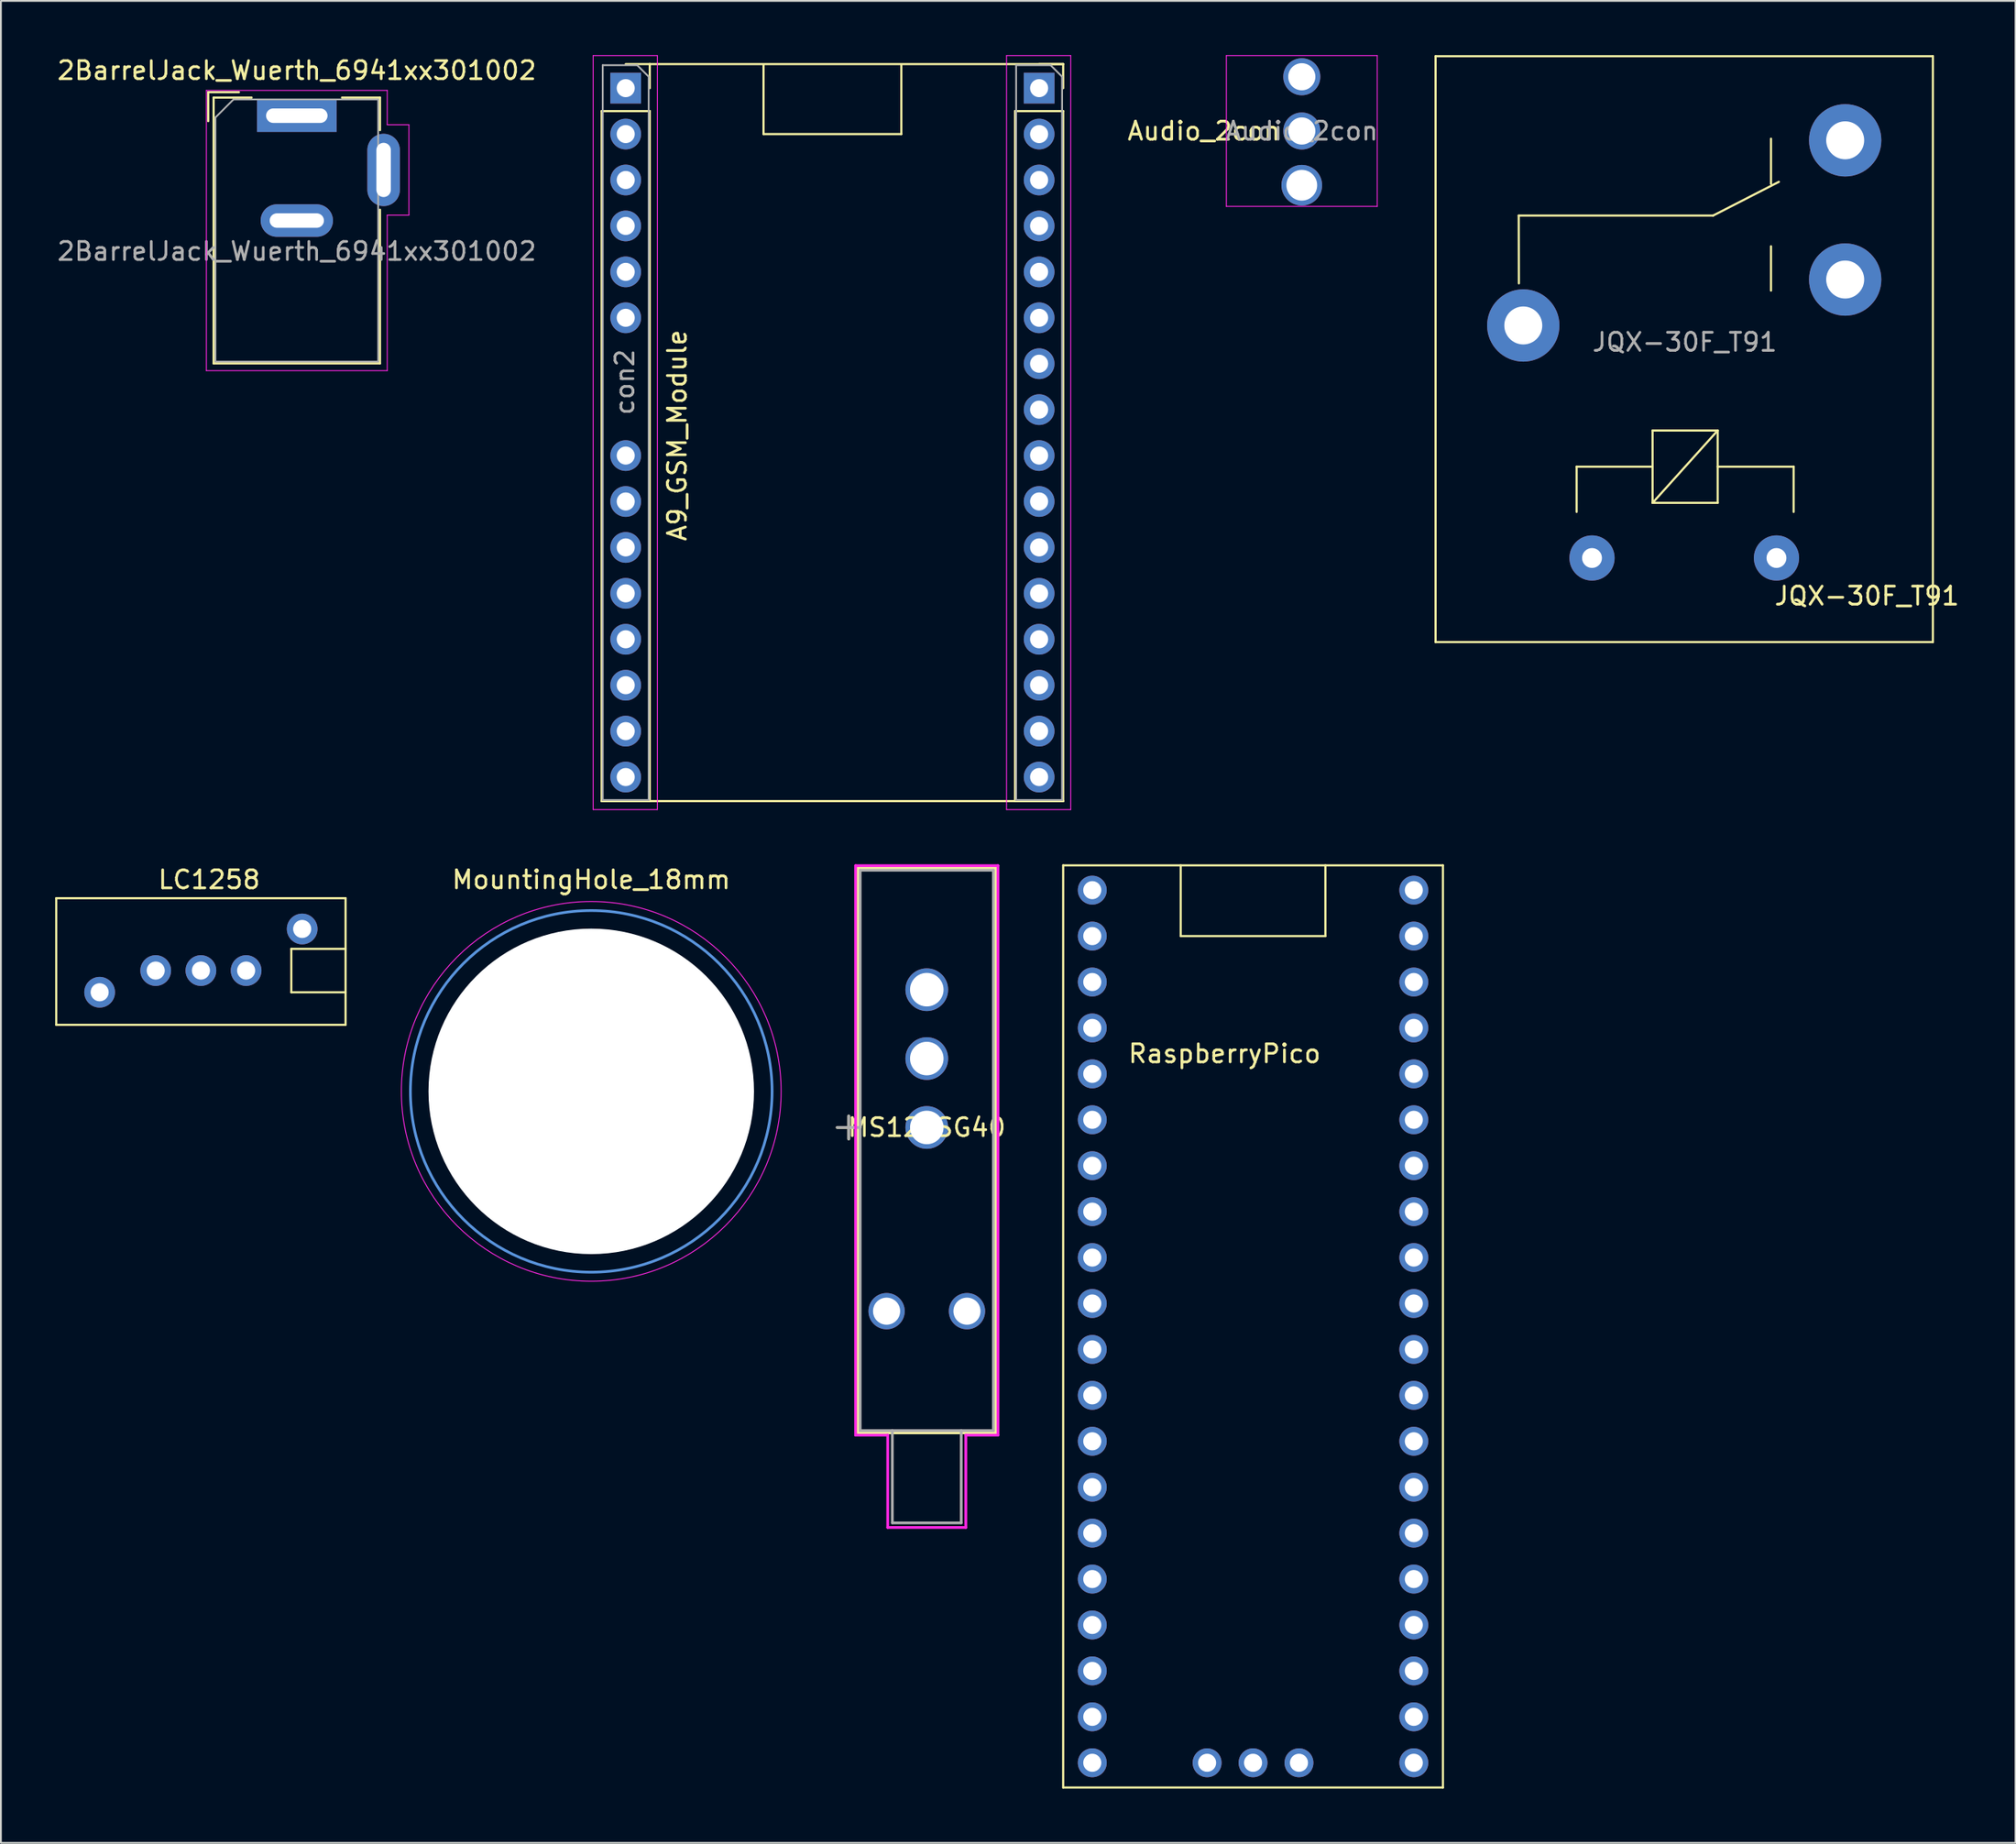
<source format=kicad_pcb>
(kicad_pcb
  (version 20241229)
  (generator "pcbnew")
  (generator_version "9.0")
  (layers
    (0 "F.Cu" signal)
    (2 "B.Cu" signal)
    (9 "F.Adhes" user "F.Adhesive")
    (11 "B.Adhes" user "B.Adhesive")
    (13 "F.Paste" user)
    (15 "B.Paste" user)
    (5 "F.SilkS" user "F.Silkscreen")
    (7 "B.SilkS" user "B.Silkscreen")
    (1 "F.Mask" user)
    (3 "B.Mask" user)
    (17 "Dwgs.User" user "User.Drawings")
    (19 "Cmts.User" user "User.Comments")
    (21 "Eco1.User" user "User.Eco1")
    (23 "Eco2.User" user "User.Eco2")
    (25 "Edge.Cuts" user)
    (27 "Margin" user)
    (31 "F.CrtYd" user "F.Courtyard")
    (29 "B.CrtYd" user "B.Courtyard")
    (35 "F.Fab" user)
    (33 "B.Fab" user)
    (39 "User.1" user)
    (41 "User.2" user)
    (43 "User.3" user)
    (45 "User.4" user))
  (footprint "MS12ASG40"
    (layer "F.Cu")
    (at 48.199 59.304)
    (property "Reference" "MS12ASG40" (at 0 0 0) (layer "F.SilkS") (effects (font (size 1 1) (thickness 0.15))))
    (attr through_hole)
    (fp_line (start -4.953 0) (end -3.683 0) (stroke (width 0.152) (type solid)) (layer "F.SilkS"))
    (fp_line (start -4.318 0.635) (end -4.318 -0.635) (stroke (width 0.152) (type solid)) (layer "F.SilkS"))
    (fp_line (start -3.81 -14.351) (end -3.81 16.891) (stroke (width 0.152) (type solid)) (layer "F.SilkS"))
    (fp_line (start 3.81 -14.351) (end -3.81 -14.351) (stroke (width 0.152) (type solid)) (layer "F.SilkS"))
    (fp_line (start 3.81 -14.351) (end 3.81 16.891) (stroke (width 0.152) (type solid)) (layer "F.SilkS"))
    (fp_line (start 3.81 16.891) (end -3.81 16.891) (stroke (width 0.152) (type solid)) (layer "F.SilkS"))
    (fp_line (start -3.937 -14.478) (end -3.937 17.018) (stroke (width 0.152) (type solid)) (layer "F.CrtYd"))
    (fp_line (start -3.937 17.018) (end -2.159 17.018) (stroke (width 0.152) (type solid)) (layer "F.CrtYd"))
    (fp_line (start -2.159 17.018) (end -2.159 22.123) (stroke (width 0.152) (type solid)) (layer "F.CrtYd"))
    (fp_line (start -2.159 22.123) (end 2.159 22.123) (stroke (width 0.152) (type solid)) (layer "F.CrtYd"))
    (fp_line (start 2.159 17.018) (end 3.937 17.018) (stroke (width 0.152) (type solid)) (layer "F.CrtYd"))
    (fp_line (start 2.159 22.123) (end 2.159 17.018) (stroke (width 0.152) (type solid)) (layer "F.CrtYd"))
    (fp_line (start 3.937 -14.478) (end -3.937 -14.478) (stroke (width 0.152) (type solid)) (layer "F.CrtYd"))
    (fp_line (start 3.937 17.018) (end 3.937 -14.478) (stroke (width 0.152) (type solid)) (layer "F.CrtYd"))
    (fp_line (start -4.953 0) (end -3.683 0) (stroke (width 0.152) (type solid)) (layer "F.Fab"))
    (fp_line (start -4.318 0.635) (end -4.318 -0.635) (stroke (width 0.152) (type solid)) (layer "F.Fab"))
    (fp_line (start -3.683 -14.224) (end -3.683 16.764) (stroke (width 0.152) (type solid)) (layer "F.Fab"))
    (fp_line (start -1.905 16.764) (end -1.905 21.869) (stroke (width 0.152) (type solid)) (layer "F.Fab"))
    (fp_line (start -1.905 21.869) (end 1.905 21.869) (stroke (width 0.152) (type solid)) (layer "F.Fab"))
    (fp_line (start 1.905 21.869) (end 1.905 16.764) (stroke (width 0.152) (type solid)) (layer "F.Fab"))
    (fp_line (start 3.683 -14.224) (end -3.683 -14.224) (stroke (width 0.152) (type solid)) (layer "F.Fab"))
    (fp_line (start 3.683 -14.224) (end 3.683 16.764) (stroke (width 0.152) (type solid)) (layer "F.Fab"))
    (fp_line (start 3.683 16.764) (end -3.683 16.764) (stroke (width 0.152) (type solid)) (layer "F.Fab"))
    (fp_text user "*" (at 0 0 0) (layer "F.SilkS") (effects (font (size 1 1) (thickness 0.15))))
    (fp_text user "Copyright 2016 Accelerated Designs. All rights reserved." (at 0 0 0) (layer "Cmts.User") (effects (font (size 0.127 0.127) (thickness 0.002))))
    (fp_text user "*" (at 0 0 0) (layer "F.Fab") (effects (font (size 1 1) (thickness 0.15))))
    (pad "1" thru_hole circle (at 0 0) (size 2.362 2.362) (drill 1.854) (layers "*.Cu" "*.Mask"))
    (pad "2" thru_hole circle (at 0 -3.81) (size 2.362 2.362) (drill 1.854) (layers "*.Cu" "*.Mask"))
    (pad "3" thru_hole circle (at 0 -7.62) (size 2.362 2.362) (drill 1.854) (layers "*.Cu" "*.Mask"))
    (pad "4" thru_hole circle (at 2.223 10.16) (size 2.007 2.007) (drill 1.499) (layers "*.Cu" "*.Mask"))
    (pad "5" thru_hole circle (at -2.223 10.16) (size 2.007 2.007) (drill 1.499) (layers "*.Cu" "*.Mask")))
  (footprint "MountingHole_18mm"
    (layer "F.Cu")
    (at 29.645 57.308)
    (property "Reference" "MountingHole_18mm" (at 0 -11.709 0) (layer "F.SilkS") (effects (font (size 1 1) (thickness 0.15))))
    (attr exclude_from_pos_files exclude_from_bom)
    (fp_circle (center 0 0) (end 10 0) (stroke (width 0.15) (type solid)) (fill no) (layer "Cmts.User"))
    (fp_circle (center 0 0) (end 10.5 0) (stroke (width 0.05) (type solid)) (fill no) (layer "F.CrtYd"))
    (fp_text user "${REFERENCE}" (at 0.3 0 0) (layer "F.Fab") (effects (font (size 1 1) (thickness 0.15))))
    (pad "" np_thru_hole circle (at 0 0) (size 18 18) (drill 18) (layers "*.Cu" "*.Mask")))
  (footprint "Audio_2con"
    (layer "F.Cu")
    (at 68.936 4.195)
    (property "Reference" "Audio_2con" (at -5.41 0 0) (layer "F.SilkS") (effects (font (size 1 1) (thickness 0.15))))
    (attr through_hole)
    (fp_line (start -4.17 -4.17) (end -4.17 4.17) (stroke (width 0.05) (type solid)) (layer "F.CrtYd"))
    (fp_line (start -4.17 -4.17) (end 4.17 -4.17) (stroke (width 0.05) (type solid)) (layer "F.CrtYd"))
    (fp_line (start 4.17 4.17) (end -4.17 4.17) (stroke (width 0.05) (type solid)) (layer "F.CrtYd"))
    (fp_line (start 4.17 4.17) (end 4.17 -4.17) (stroke (width 0.05) (type solid)) (layer "F.CrtYd"))
    (fp_text user "${REFERENCE}" (at 0 0 0) (layer "F.Fab") (effects (font (size 1 1) (thickness 0.15))))
    (pad "1" thru_hole circle (at 0 -3) (size 2.05 2.05) (drill 1.5) (layers "*.Cu" "*.Mask"))
    (pad "2" thru_hole circle (at 0 0) (size 2.05 2.05) (drill 1.5) (layers "*.Cu" "*.Mask"))
    (pad "3" thru_hole circle (at 0 3) (size 2.25 2.25) (drill 1.7) (layers "*.Cu" "*.Mask")))
  (footprint "RaspberryPico"
    (layer "F.Cu")
    (at 57.351 46.18)
    (property "Reference" "RaspberryPico" (at 7.315 9.042 0) (layer "F.SilkS") (effects (font (size 1 1) (thickness 0.15))))
    (attr through_hole)
    (fp_line (start -1.61 -1.37) (end -1.61 49.63) (stroke (width 0.12) (type solid)) (layer "F.SilkS"))
    (fp_line (start -1.61 -1.37) (end 19.39 -1.37) (stroke (width 0.12) (type solid)) (layer "F.SilkS"))
    (fp_line (start -1.61 49.63) (end 19.39 49.63) (stroke (width 0.12) (type solid)) (layer "F.SilkS"))
    (fp_line (start 4.89 -1.37) (end 4.89 2.54) (stroke (width 0.12) (type solid)) (layer "F.SilkS"))
    (fp_line (start 4.89 2.54) (end 12.89 2.54) (stroke (width 0.12) (type solid)) (layer "F.SilkS"))
    (fp_line (start 12.89 -1.37) (end 12.89 2.54) (stroke (width 0.12) (type solid)) (layer "F.SilkS"))
    (fp_line (start 19.39 -1.37) (end 19.39 49.63) (stroke (width 0.12) (type solid)) (layer "F.SilkS"))
    (pad "1" thru_hole circle (at 0 0) (size 1.6 1.6) (drill 1) (layers "*.Cu" "*.Mask"))
    (pad "2" thru_hole circle (at 0 2.54) (size 1.6 1.6) (drill 1) (layers "*.Cu" "*.Mask"))
    (pad "3" thru_hole circle (at 0 5.08) (size 1.6 1.6) (drill 1) (layers "*.Cu" "*.Mask"))
    (pad "4" thru_hole circle (at 0 7.62) (size 1.6 1.6) (drill 1) (layers "*.Cu" "*.Mask"))
    (pad "5" thru_hole circle (at 0 10.16) (size 1.6 1.6) (drill 1) (layers "*.Cu" "*.Mask"))
    (pad "6" thru_hole circle (at 0 12.7) (size 1.6 1.6) (drill 1) (layers "*.Cu" "*.Mask"))
    (pad "7" thru_hole circle (at 0 15.24) (size 1.6 1.6) (drill 1) (layers "*.Cu" "*.Mask"))
    (pad "8" thru_hole circle (at 0 17.78) (size 1.6 1.6) (drill 1) (layers "*.Cu" "*.Mask"))
    (pad "9" thru_hole circle (at 0 20.32) (size 1.6 1.6) (drill 1) (layers "*.Cu" "*.Mask"))
    (pad "10" thru_hole circle (at 0 22.86) (size 1.6 1.6) (drill 1) (layers "*.Cu" "*.Mask"))
    (pad "11" thru_hole circle (at 0 25.4) (size 1.6 1.6) (drill 1) (layers "*.Cu" "*.Mask"))
    (pad "12" thru_hole circle (at 0 27.94) (size 1.6 1.6) (drill 1) (layers "*.Cu" "*.Mask"))
    (pad "13" thru_hole circle (at 0 30.48) (size 1.6 1.6) (drill 1) (layers "*.Cu" "*.Mask"))
    (pad "14" thru_hole circle (at 0 33.02) (size 1.6 1.6) (drill 1) (layers "*.Cu" "*.Mask"))
    (pad "15" thru_hole circle (at 0 35.56) (size 1.6 1.6) (drill 1) (layers "*.Cu" "*.Mask"))
    (pad "16" thru_hole circle (at 0 38.1) (size 1.6 1.6) (drill 1) (layers "*.Cu" "*.Mask"))
    (pad "17" thru_hole circle (at 0 40.64) (size 1.6 1.6) (drill 1) (layers "*.Cu" "*.Mask"))
    (pad "18" thru_hole circle (at 0 43.18) (size 1.6 1.6) (drill 1) (layers "*.Cu" "*.Mask"))
    (pad "19" thru_hole circle (at 0 45.72) (size 1.6 1.6) (drill 1) (layers "*.Cu" "*.Mask"))
    (pad "20" thru_hole circle (at 0 48.26) (size 1.6 1.6) (drill 1) (layers "*.Cu" "*.Mask"))
    (pad "21" thru_hole circle (at 17.78 48.26) (size 1.6 1.6) (drill 1) (layers "*.Cu" "*.Mask"))
    (pad "22" thru_hole circle (at 17.78 45.72) (size 1.6 1.6) (drill 1) (layers "*.Cu" "*.Mask"))
    (pad "23" thru_hole circle (at 17.78 43.18) (size 1.6 1.6) (drill 1) (layers "*.Cu" "*.Mask"))
    (pad "24" thru_hole circle (at 17.78 40.64) (size 1.6 1.6) (drill 1) (layers "*.Cu" "*.Mask"))
    (pad "25" thru_hole circle (at 17.78 38.1) (size 1.6 1.6) (drill 1) (layers "*.Cu" "*.Mask"))
    (pad "26" thru_hole circle (at 17.78 35.56) (size 1.6 1.6) (drill 1) (layers "*.Cu" "*.Mask"))
    (pad "27" thru_hole circle (at 17.78 33.02) (size 1.6 1.6) (drill 1) (layers "*.Cu" "*.Mask"))
    (pad "28" thru_hole circle (at 17.78 30.48) (size 1.6 1.6) (drill 1) (layers "*.Cu" "*.Mask"))
    (pad "29" thru_hole circle (at 17.78 27.94) (size 1.6 1.6) (drill 1) (layers "*.Cu" "*.Mask"))
    (pad "30" thru_hole circle (at 17.78 25.4) (size 1.6 1.6) (drill 1) (layers "*.Cu" "*.Mask"))
    (pad "31" thru_hole circle (at 17.78 22.86) (size 1.6 1.6) (drill 1) (layers "*.Cu" "*.Mask"))
    (pad "32" thru_hole circle (at 17.78 20.32) (size 1.6 1.6) (drill 1) (layers "*.Cu" "*.Mask"))
    (pad "33" thru_hole circle (at 17.78 17.78) (size 1.6 1.6) (drill 1) (layers "*.Cu" "*.Mask"))
    (pad "34" thru_hole circle (at 17.78 15.24) (size 1.6 1.6) (drill 1) (layers "*.Cu" "*.Mask"))
    (pad "35" thru_hole circle (at 17.78 12.7) (size 1.6 1.6) (drill 1) (layers "*.Cu" "*.Mask"))
    (pad "36" thru_hole circle (at 17.78 10.16) (size 1.6 1.6) (drill 1) (layers "*.Cu" "*.Mask"))
    (pad "37" thru_hole circle (at 17.78 7.62) (size 1.6 1.6) (drill 1) (layers "*.Cu" "*.Mask"))
    (pad "38" thru_hole circle (at 17.78 5.08) (size 1.6 1.6) (drill 1) (layers "*.Cu" "*.Mask"))
    (pad "39" thru_hole circle (at 17.78 2.54) (size 1.6 1.6) (drill 1) (layers "*.Cu" "*.Mask"))
    (pad "40" thru_hole circle (at 17.78 0) (size 1.6 1.6) (drill 1) (layers "*.Cu" "*.Mask"))
    (pad "41" thru_hole circle (at 6.35 48.26) (size 1.6 1.6) (drill 1) (layers "*.Cu" "*.Mask"))
    (pad "42" thru_hole circle (at 8.89 48.26) (size 1.6 1.6) (drill 1) (layers "*.Cu" "*.Mask"))
    (pad "43" thru_hole circle (at 11.43 48.26) (size 1.6 1.6) (drill 1) (layers "*.Cu" "*.Mask")))
  (footprint "2BarrelJack_Wuerth_6941xx301002"
    (layer "F.Cu")
    (at 13.363 3.348)
    (property "Reference" "2BarrelJack_Wuerth_6941xx301002" (at 0 -2.5 0) (layer "F.SilkS") (effects (font (size 1 1) (thickness 0.15))))
    (attr through_hole)
    (fp_line (start -4.9 -1.3) (end -4.9 0.3) (stroke (width 0.12) (type solid)) (layer "F.SilkS"))
    (fp_line (start -4.6 -1) (end -2.5 -1) (stroke (width 0.12) (type solid)) (layer "F.SilkS"))
    (fp_line (start -4.6 13.7) (end -4.6 -1) (stroke (width 0.12) (type solid)) (layer "F.SilkS"))
    (fp_line (start -3.2 -1.3) (end -4.9 -1.3) (stroke (width 0.12) (type solid)) (layer "F.SilkS"))
    (fp_line (start 2.5 -1) (end 4.6 -1) (stroke (width 0.12) (type solid)) (layer "F.SilkS"))
    (fp_line (start 4.6 -1) (end 4.6 0.8) (stroke (width 0.12) (type solid)) (layer "F.SilkS"))
    (fp_line (start 4.6 5.2) (end 4.6 13.7) (stroke (width 0.12) (type solid)) (layer "F.SilkS"))
    (fp_line (start 4.6 13.7) (end -4.6 13.7) (stroke (width 0.12) (type solid)) (layer "F.SilkS"))
    (fp_line (start -5 -1.4) (end -5 14.1) (stroke (width 0.05) (type solid)) (layer "F.CrtYd"))
    (fp_line (start -5 14.1) (end 5 14.1) (stroke (width 0.05) (type solid)) (layer "F.CrtYd"))
    (fp_line (start 5 -1.4) (end -5 -1.4) (stroke (width 0.05) (type solid)) (layer "F.CrtYd"))
    (fp_line (start 5 0.5) (end 5 -1.4) (stroke (width 0.05) (type solid)) (layer "F.CrtYd"))
    (fp_line (start 5 14.1) (end 5 5.5) (stroke (width 0.05) (type solid)) (layer "F.CrtYd"))
    (fp_line (start 6.2 0.5) (end 5 0.5) (stroke (width 0.05) (type solid)) (layer "F.CrtYd"))
    (fp_line (start 6.2 0.5) (end 6.2 5.5) (stroke (width 0.05) (type solid)) (layer "F.CrtYd"))
    (fp_line (start 6.2 5.5) (end 5 5.5) (stroke (width 0.05) (type solid)) (layer "F.CrtYd"))
    (fp_line (start -4.5 0.1) (end -3.5 -0.9) (stroke (width 0.1) (type solid)) (layer "F.Fab"))
    (fp_line (start -4.5 13.6) (end -4.5 0.1) (stroke (width 0.1) (type solid)) (layer "F.Fab"))
    (fp_line (start 4.5 -0.9) (end -3.5 -0.9) (stroke (width 0.1) (type solid)) (layer "F.Fab"))
    (fp_line (start 4.5 -0.9) (end 4.5 13.6) (stroke (width 0.1) (type solid)) (layer "F.Fab"))
    (fp_line (start 4.5 13.6) (end -4.5 13.6) (stroke (width 0.1) (type solid)) (layer "F.Fab"))
    (fp_text user "${REFERENCE}" (at 0 7.5 0) (layer "F.Fab") (effects (font (size 1 1) (thickness 0.15))))
    (pad "1" thru_hole rect (at 0 0) (size 4.4 1.8) (drill oval 3.4 0.8) (layers "*.Cu" "*.Mask"))
    (pad "2" thru_hole oval (at 4.8 3 90) (size 4 1.8) (drill oval 3 0.8) (layers "*.Cu" "*.Mask"))
    (pad "3" thru_hole oval (at 0 5.8) (size 4 1.8) (drill oval 3 0.8) (layers "*.Cu" "*.Mask")))
  (footprint "JQX-30F_T91"
    (layer "F.Cu")
    (at 90.085 27.81)
    (property "Reference" "JQX-30F_T91" (at 10.1 2.1 180) (layer "F.SilkS") (effects (font (size 1 1) (thickness 0.15))))
    (attr through_hole)
    (fp_line (start -13.75 -27.75) (end 13.75 -27.75) (stroke (width 0.12) (type solid)) (layer "F.SilkS"))
    (fp_line (start -13.75 4.65) (end -13.75 -27.75) (stroke (width 0.12) (type solid)) (layer "F.SilkS"))
    (fp_line (start -13.75 4.65) (end 13.75 4.65) (stroke (width 0.12) (type solid)) (layer "F.SilkS"))
    (fp_line (start -9.152 -18.939) (end -9.144 -15.189) (stroke (width 0.12) (type solid)) (layer "F.SilkS"))
    (fp_line (start -9.152 -18.939) (end 1.598 -18.939) (stroke (width 0.12) (type solid)) (layer "F.SilkS"))
    (fp_line (start -5.95 -5.05) (end -5.95 -2.55) (stroke (width 0.12) (type solid)) (layer "F.SilkS"))
    (fp_line (start -5.95 -5.05) (end -1.75 -5.05) (stroke (width 0.12) (type solid)) (layer "F.SilkS"))
    (fp_line (start -1.75 -7.05) (end 1.85 -7.05) (stroke (width 0.12) (type solid)) (layer "F.SilkS"))
    (fp_line (start -1.75 -3.05) (end -1.75 -7.05) (stroke (width 0.12) (type solid)) (layer "F.SilkS"))
    (fp_line (start 1.598 -18.939) (end 5.232 -20.803) (stroke (width 0.12) (type solid)) (layer "F.SilkS"))
    (fp_line (start 1.85 -7.05) (end -1.75 -3.05) (stroke (width 0.12) (type solid)) (layer "F.SilkS"))
    (fp_line (start 1.85 -7.05) (end 1.85 -3.05) (stroke (width 0.12) (type solid)) (layer "F.SilkS"))
    (fp_line (start 1.85 -5.05) (end 6.05 -5.05) (stroke (width 0.12) (type solid)) (layer "F.SilkS"))
    (fp_line (start 1.85 -3.05) (end -1.75 -3.05) (stroke (width 0.12) (type solid)) (layer "F.SilkS"))
    (fp_line (start 4.798 -23.189) (end 4.798 -20.689) (stroke (width 0.12) (type solid)) (layer "F.SilkS"))
    (fp_line (start 4.798 -14.789) (end 4.798 -17.239) (stroke (width 0.12) (type solid)) (layer "F.SilkS"))
    (fp_line (start 6.05 -2.55) (end 6.05 -5.05) (stroke (width 0.12) (type solid)) (layer "F.SilkS"))
    (fp_line (start 13.75 4.65) (end 13.75 -27.75) (stroke (width 0.12) (type solid)) (layer "F.SilkS"))
    (fp_text user "${REFERENCE}" (at 0.025 -11.938 0) (layer "F.Fab") (effects (font (size 1 1) (thickness 0.15))))
    (pad "1" thru_hole circle (at -8.9 -12.86 90) (size 4 4) (drill 2.1) (layers "*.Cu" "*.Mask"))
    (pad "2" thru_hole circle (at -5.1 0 90) (size 2.5 2.5) (drill 1.1) (layers "*.Cu" "*.Mask"))
    (pad "3" thru_hole circle (at 8.9 -15.4 90) (size 4 4) (drill 2.1) (layers "*.Cu" "*.Mask"))
    (pad "4" thru_hole circle (at 8.9 -23.1 90) (size 4 4) (drill 2.1) (layers "*.Cu" "*.Mask"))
    (pad "5" thru_hole circle (at 5.1 0 90) (size 2.5 2.5) (drill 1.1) (layers "*.Cu" "*.Mask")))
  (footprint "LC1258"
    (layer "F.Cu")
    (at 8.06 50.627)
    (property "Reference" "LC1258" (at 0.457 -5.029 0) (layer "F.SilkS") (effects (font (size 1 1) (thickness 0.15))))
    (attr through_hole)
    (fp_line (start -8 -4) (end -8 3) (stroke (width 0.12) (type solid)) (layer "F.SilkS"))
    (fp_line (start -8 -4) (end 8 -4) (stroke (width 0.12) (type solid)) (layer "F.SilkS"))
    (fp_line (start -8 3) (end 8 3) (stroke (width 0.12) (type solid)) (layer "F.SilkS"))
    (fp_line (start 5 -1.2) (end 5 1.2) (stroke (width 0.12) (type solid)) (layer "F.SilkS"))
    (fp_line (start 8 -4) (end 8 3) (stroke (width 0.12) (type solid)) (layer "F.SilkS"))
    (fp_line (start 8 -1.2) (end 5 -1.2) (stroke (width 0.12) (type solid)) (layer "F.SilkS"))
    (fp_line (start 8 1.2) (end 5 1.2) (stroke (width 0.12) (type solid)) (layer "F.SilkS"))
    (pad "1" thru_hole circle (at -2.5 0) (size 1.7 1.7) (drill 1) (layers "*.Cu" "*.Mask"))
    (pad "2" thru_hole circle (at 0 0) (size 1.7 1.7) (drill 1) (layers "*.Cu" "*.Mask"))
    (pad "3" thru_hole circle (at 2.5 0) (size 1.7 1.7) (drill 1) (layers "*.Cu" "*.Mask"))
    (pad "4" thru_hole circle (at -5.6 1.2) (size 1.7 1.7) (drill 1) (layers "*.Cu" "*.Mask"))
    (pad "4" thru_hole circle (at 5.6 -2.3) (size 1.7 1.7) (drill 1) (layers "*.Cu" "*.Mask")))
  (footprint "A9_GSM_Module"
    (layer "F.Cu")
    (at 31.551 19.605)
    (property "Reference" "A9_GSM_Module" (at 2.845 1.422 270) (layer "F.SilkS") (effects (font (size 1 1) (thickness 0.15))))
    (attr through_hole)
    (fp_line (start -1.33 -16.51) (end -1.33 21.65) (stroke (width 0.12) (type solid)) (layer "F.SilkS"))
    (fp_line (start -1.33 -16.51) (end 1.33 -16.51) (stroke (width 0.12) (type solid)) (layer "F.SilkS"))
    (fp_line (start -1.33 21.65) (end 1.33 21.65) (stroke (width 0.12) (type solid)) (layer "F.SilkS"))
    (fp_line (start -1.33 21.65) (end 24.19 21.65) (stroke (width 0.12) (type solid)) (layer "F.SilkS"))
    (fp_line (start 0 -19.11) (end 1.33 -19.11) (stroke (width 0.12) (type solid)) (layer "F.SilkS"))
    (fp_line (start 1.33 -19.11) (end 1.33 -17.78) (stroke (width 0.12) (type solid)) (layer "F.SilkS"))
    (fp_line (start 1.33 -19.11) (end 24.19 -19.11) (stroke (width 0.12) (type solid)) (layer "F.SilkS"))
    (fp_line (start 1.33 -16.51) (end 1.33 21.65) (stroke (width 0.12) (type solid)) (layer "F.SilkS"))
    (fp_line (start 7.62 -19.05) (end 7.62 -15.24) (stroke (width 0.12) (type solid)) (layer "F.SilkS"))
    (fp_line (start 7.62 -15.24) (end 15.24 -15.24) (stroke (width 0.12) (type solid)) (layer "F.SilkS"))
    (fp_line (start 15.24 -15.24) (end 15.24 -19.05) (stroke (width 0.12) (type solid)) (layer "F.SilkS"))
    (fp_line (start 21.53 -16.51) (end 21.53 21.65) (stroke (width 0.12) (type solid)) (layer "F.SilkS"))
    (fp_line (start 21.53 -16.51) (end 24.19 -16.51) (stroke (width 0.12) (type solid)) (layer "F.SilkS"))
    (fp_line (start 21.53 21.65) (end 24.19 21.65) (stroke (width 0.12) (type solid)) (layer "F.SilkS"))
    (fp_line (start 22.86 -19.11) (end 24.19 -19.11) (stroke (width 0.12) (type solid)) (layer "F.SilkS"))
    (fp_line (start 24.19 -19.11) (end 24.19 -17.78) (stroke (width 0.12) (type solid)) (layer "F.SilkS"))
    (fp_line (start 24.19 -16.51) (end 24.19 21.65) (stroke (width 0.12) (type solid)) (layer "F.SilkS"))
    (fp_line (start -1.8 -19.58) (end 1.75 -19.58) (stroke (width 0.05) (type solid)) (layer "F.CrtYd"))
    (fp_line (start -1.8 22.12) (end -1.8 -19.58) (stroke (width 0.05) (type solid)) (layer "F.CrtYd"))
    (fp_line (start 1.75 -19.58) (end 1.75 22.12) (stroke (width 0.05) (type solid)) (layer "F.CrtYd"))
    (fp_line (start 1.75 22.12) (end -1.8 22.12) (stroke (width 0.05) (type solid)) (layer "F.CrtYd"))
    (fp_line (start 21.06 -19.58) (end 24.61 -19.58) (stroke (width 0.05) (type solid)) (layer "F.CrtYd"))
    (fp_line (start 21.06 22.12) (end 21.06 -19.58) (stroke (width 0.05) (type solid)) (layer "F.CrtYd"))
    (fp_line (start 24.61 -19.58) (end 24.61 22.12) (stroke (width 0.05) (type solid)) (layer "F.CrtYd"))
    (fp_line (start 24.61 22.12) (end 21.06 22.12) (stroke (width 0.05) (type solid)) (layer "F.CrtYd"))
    (fp_line (start -1.27 -19.05) (end 0.635 -19.05) (stroke (width 0.1) (type solid)) (layer "F.Fab"))
    (fp_line (start -1.27 21.59) (end -1.27 -19.05) (stroke (width 0.1) (type solid)) (layer "F.Fab"))
    (fp_line (start 0.635 -19.05) (end 1.27 -18.415) (stroke (width 0.1) (type solid)) (layer "F.Fab"))
    (fp_line (start 1.27 -18.415) (end 1.27 21.59) (stroke (width 0.1) (type solid)) (layer "F.Fab"))
    (fp_line (start 1.27 21.59) (end -1.27 21.59) (stroke (width 0.1) (type solid)) (layer "F.Fab"))
    (fp_line (start 21.59 -19.05) (end 23.495 -19.05) (stroke (width 0.1) (type solid)) (layer "F.Fab"))
    (fp_line (start 21.59 21.59) (end 21.59 -19.05) (stroke (width 0.1) (type solid)) (layer "F.Fab"))
    (fp_line (start 23.495 -19.05) (end 24.13 -18.415) (stroke (width 0.1) (type solid)) (layer "F.Fab"))
    (fp_line (start 24.13 -18.415) (end 24.13 21.59) (stroke (width 0.1) (type solid)) (layer "F.Fab"))
    (fp_line (start 24.13 21.59) (end 21.59 21.59) (stroke (width 0.1) (type solid)) (layer "F.Fab"))
    (fp_text user "con2" (at -0.051 -1.524 270) (layer "F.Fab") (effects (font (size 1 1) (thickness 0.15))))
    (pad "1" thru_hole rect (at 0 -17.78) (size 1.7 1.7) (drill 1) (layers "*.Cu" "*.Mask"))
    (pad "2" thru_hole oval (at 0 -15.24) (size 1.7 1.7) (drill 1) (layers "*.Cu" "*.Mask"))
    (pad "3" thru_hole oval (at 0 -12.7) (size 1.7 1.7) (drill 1) (layers "*.Cu" "*.Mask"))
    (pad "4" thru_hole oval (at 0 -10.16) (size 1.7 1.7) (drill 1) (layers "*.Cu" "*.Mask"))
    (pad "5" thru_hole oval (at 0 -7.62) (size 1.7 1.7) (drill 1) (layers "*.Cu" "*.Mask"))
    (pad "6" thru_hole oval (at 0 -5.08) (size 1.7 1.7) (drill 1) (layers "*.Cu" "*.Mask"))
    (pad "7" thru_hole oval (at 0 2.54) (size 1.7 1.7) (drill 1) (layers "*.Cu" "*.Mask"))
    (pad "8" thru_hole oval (at 0 5.08) (size 1.7 1.7) (drill 1) (layers "*.Cu" "*.Mask"))
    (pad "9" thru_hole oval (at 0 7.62) (size 1.7 1.7) (drill 1) (layers "*.Cu" "*.Mask"))
    (pad "10" thru_hole oval (at 0 10.16) (size 1.7 1.7) (drill 1) (layers "*.Cu" "*.Mask"))
    (pad "11" thru_hole oval (at 0 12.7) (size 1.7 1.7) (drill 1) (layers "*.Cu" "*.Mask"))
    (pad "12" thru_hole oval (at 0 15.24) (size 1.7 1.7) (drill 1) (layers "*.Cu" "*.Mask"))
    (pad "13" thru_hole oval (at 0 17.78) (size 1.7 1.7) (drill 1) (layers "*.Cu" "*.Mask"))
    (pad "14" thru_hole oval (at 0 20.32) (size 1.7 1.7) (drill 1) (layers "*.Cu" "*.Mask"))
    (pad "15" thru_hole oval (at 22.86 20.32) (size 1.7 1.7) (drill 1) (layers "*.Cu" "*.Mask"))
    (pad "16" thru_hole oval (at 22.86 17.78) (size 1.7 1.7) (drill 1) (layers "*.Cu" "*.Mask"))
    (pad "17" thru_hole oval (at 22.86 15.24) (size 1.7 1.7) (drill 1) (layers "*.Cu" "*.Mask"))
    (pad "18" thru_hole oval (at 22.86 12.7) (size 1.7 1.7) (drill 1) (layers "*.Cu" "*.Mask"))
    (pad "19" thru_hole oval (at 22.86 10.16) (size 1.7 1.7) (drill 1) (layers "*.Cu" "*.Mask"))
    (pad "20" thru_hole oval (at 22.86 7.62) (size 1.7 1.7) (drill 1) (layers "*.Cu" "*.Mask"))
    (pad "21" thru_hole oval (at 22.86 5.08) (size 1.7 1.7) (drill 1) (layers "*.Cu" "*.Mask"))
    (pad "22" thru_hole oval (at 22.86 2.54) (size 1.7 1.7) (drill 1) (layers "*.Cu" "*.Mask"))
    (pad "23" thru_hole oval (at 22.86 0) (size 1.7 1.7) (drill 1) (layers "*.Cu" "*.Mask"))
    (pad "24" thru_hole oval (at 22.86 -2.54) (size 1.7 1.7) (drill 1) (layers "*.Cu" "*.Mask"))
    (pad "25" thru_hole oval (at 22.86 -5.08) (size 1.7 1.7) (drill 1) (layers "*.Cu" "*.Mask"))
    (pad "26" thru_hole oval (at 22.86 -7.62) (size 1.7 1.7) (drill 1) (layers "*.Cu" "*.Mask"))
    (pad "27" thru_hole oval (at 22.86 -10.16) (size 1.7 1.7) (drill 1) (layers "*.Cu" "*.Mask"))
    (pad "28" thru_hole oval (at 22.86 -12.7) (size 1.7 1.7) (drill 1) (layers "*.Cu" "*.Mask"))
    (pad "29" thru_hole oval (at 22.86 -15.24) (size 1.7 1.7) (drill 1) (layers "*.Cu" "*.Mask"))
    (pad "30" thru_hole rect (at 22.86 -17.78) (size 1.7 1.7) (drill 1) (layers "*.Cu" "*.Mask")))
  (gr_rect
    (start -3 -3)
    (end 108.405 98.87)
    (stroke (width 0.1) (type default))
    (fill no)
    (layer "Edge.Cuts")))
</source>
